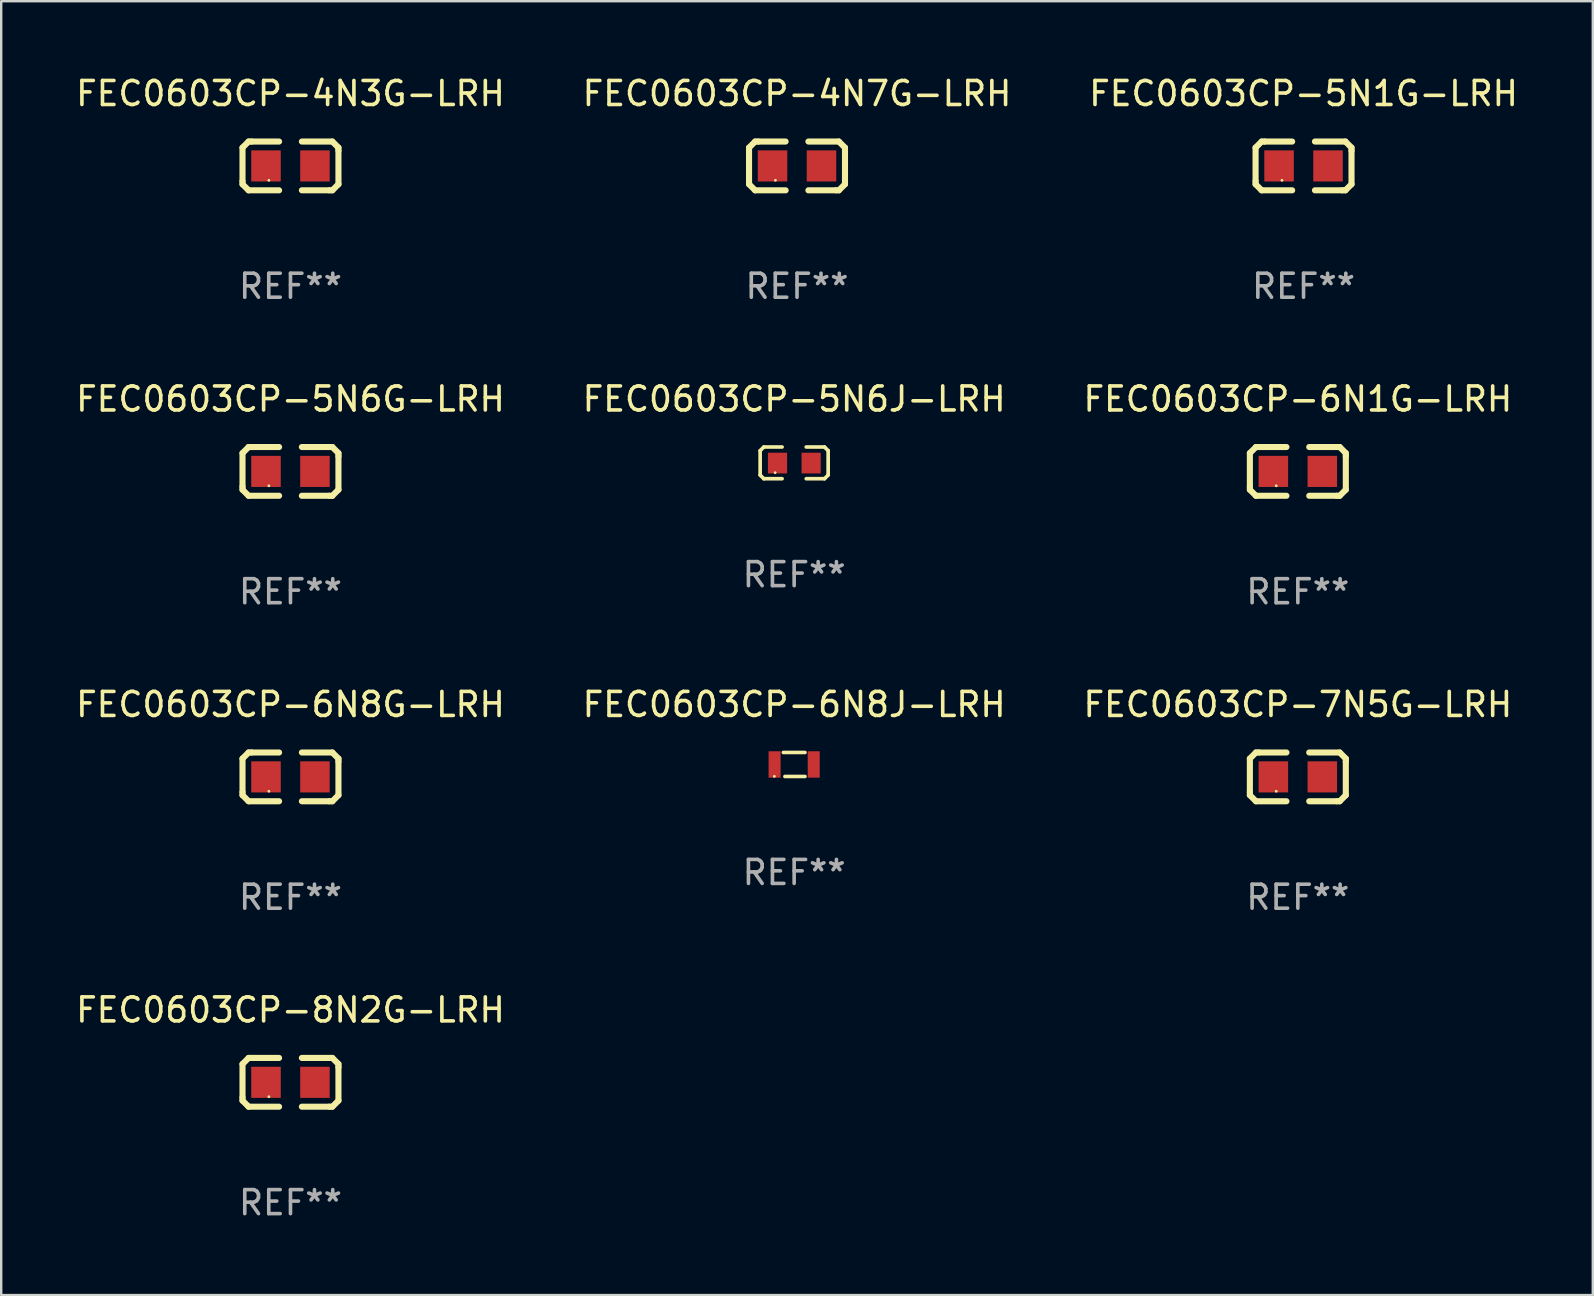
<source format=kicad_pcb>
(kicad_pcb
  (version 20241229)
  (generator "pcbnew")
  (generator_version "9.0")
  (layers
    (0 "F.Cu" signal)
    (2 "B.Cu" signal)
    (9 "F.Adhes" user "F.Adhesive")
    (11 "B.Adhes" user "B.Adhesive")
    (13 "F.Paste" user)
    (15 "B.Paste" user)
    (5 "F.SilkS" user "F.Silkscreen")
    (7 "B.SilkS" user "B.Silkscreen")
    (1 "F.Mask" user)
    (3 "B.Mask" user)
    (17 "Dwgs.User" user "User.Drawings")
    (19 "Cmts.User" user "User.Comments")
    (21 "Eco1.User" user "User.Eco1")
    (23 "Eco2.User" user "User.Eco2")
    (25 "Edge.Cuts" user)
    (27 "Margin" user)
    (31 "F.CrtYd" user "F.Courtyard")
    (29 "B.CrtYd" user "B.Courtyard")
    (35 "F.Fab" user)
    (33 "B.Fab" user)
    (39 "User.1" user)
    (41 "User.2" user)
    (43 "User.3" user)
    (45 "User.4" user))
  (footprint "FEC0603CP-4N7G-LRH"
    (layer "F.Cu")
    (at 30.161 3.864)
    (property "Reference" "FEC0603CP-4N7G-LRH" (at 0 -3.016 0) (layer "F.SilkS") (effects (font (size 1 1) (thickness 0.15))))
    (attr through_hole)
    (fp_line (start -1.999 -0.762) (end -1.999 0.635) (stroke (width 0.254) (type solid)) (layer "F.SilkS"))
    (fp_line (start -1.999 0.635) (end -1.999 0.762) (stroke (width 0.254) (type solid)) (layer "F.SilkS"))
    (fp_line (start -1.999 0.762) (end -1.745 1.016) (stroke (width 0.254) (type solid)) (layer "F.SilkS"))
    (fp_line (start -1.745 -1.016) (end -1.999 -0.762) (stroke (width 0.254) (type solid)) (layer "F.SilkS"))
    (fp_line (start -1.745 1.016) (end -0.475 1.016) (stroke (width 0.254) (type solid)) (layer "F.SilkS"))
    (fp_line (start -1.618 -1.016) (end -1.745 -1.016) (stroke (width 0.254) (type solid)) (layer "F.SilkS"))
    (fp_line (start -0.475 -1.016) (end -1.618 -1.016) (stroke (width 0.254) (type solid)) (layer "F.SilkS"))
    (fp_line (start 0.475 1.016) (end 1.618 1.016) (stroke (width 0.254) (type solid)) (layer "F.SilkS"))
    (fp_line (start 1.618 1.016) (end 1.745 1.016) (stroke (width 0.254) (type solid)) (layer "F.SilkS"))
    (fp_line (start 1.745 -1.016) (end 0.475 -1.016) (stroke (width 0.254) (type solid)) (layer "F.SilkS"))
    (fp_line (start 1.745 1.016) (end 1.999 0.762) (stroke (width 0.254) (type solid)) (layer "F.SilkS"))
    (fp_line (start 1.999 -0.762) (end 1.745 -1.016) (stroke (width 0.254) (type solid)) (layer "F.SilkS"))
    (fp_line (start 1.999 -0.635) (end 1.999 -0.762) (stroke (width 0.254) (type solid)) (layer "F.SilkS"))
    (fp_line (start 1.999 0.762) (end 1.999 -0.635) (stroke (width 0.254) (type solid)) (layer "F.SilkS"))
    (fp_circle (center -0.9 0.6) (end -0.87 0.6) (stroke (width 0.06) (type solid)) (fill no) (layer "F.SilkS"))
    (fp_text user "REF**" (at 0 5.016 0) (layer "F.Fab") (effects (font (size 1 1) (thickness 0.15))))
    (pad "1" smd rect (at -1.02 0) (size 1.23 1.296) (layers "F.Cu" "F.Mask" "F.Paste"))
    (pad "2" smd rect (at 1.02 0) (size 1.23 1.296) (layers "F.Cu" "F.Mask" "F.Paste")))
  (footprint "FEC0603CP-5N1G-LRH"
    (layer "F.Cu")
    (at 51.268 3.864)
    (property "Reference" "FEC0603CP-5N1G-LRH" (at 0 -3.016 0) (layer "F.SilkS") (effects (font (size 1 1) (thickness 0.15))))
    (attr through_hole)
    (fp_line (start -1.999 -0.762) (end -1.999 0.635) (stroke (width 0.254) (type solid)) (layer "F.SilkS"))
    (fp_line (start -1.999 0.635) (end -1.999 0.762) (stroke (width 0.254) (type solid)) (layer "F.SilkS"))
    (fp_line (start -1.999 0.762) (end -1.745 1.016) (stroke (width 0.254) (type solid)) (layer "F.SilkS"))
    (fp_line (start -1.745 -1.016) (end -1.999 -0.762) (stroke (width 0.254) (type solid)) (layer "F.SilkS"))
    (fp_line (start -1.745 1.016) (end -0.475 1.016) (stroke (width 0.254) (type solid)) (layer "F.SilkS"))
    (fp_line (start -1.618 -1.016) (end -1.745 -1.016) (stroke (width 0.254) (type solid)) (layer "F.SilkS"))
    (fp_line (start -0.475 -1.016) (end -1.618 -1.016) (stroke (width 0.254) (type solid)) (layer "F.SilkS"))
    (fp_line (start 0.475 1.016) (end 1.618 1.016) (stroke (width 0.254) (type solid)) (layer "F.SilkS"))
    (fp_line (start 1.618 1.016) (end 1.745 1.016) (stroke (width 0.254) (type solid)) (layer "F.SilkS"))
    (fp_line (start 1.745 -1.016) (end 0.475 -1.016) (stroke (width 0.254) (type solid)) (layer "F.SilkS"))
    (fp_line (start 1.745 1.016) (end 1.999 0.762) (stroke (width 0.254) (type solid)) (layer "F.SilkS"))
    (fp_line (start 1.999 -0.762) (end 1.745 -1.016) (stroke (width 0.254) (type solid)) (layer "F.SilkS"))
    (fp_line (start 1.999 -0.635) (end 1.999 -0.762) (stroke (width 0.254) (type solid)) (layer "F.SilkS"))
    (fp_line (start 1.999 0.762) (end 1.999 -0.635) (stroke (width 0.254) (type solid)) (layer "F.SilkS"))
    (fp_circle (center -0.9 0.6) (end -0.87 0.6) (stroke (width 0.06) (type solid)) (fill no) (layer "F.SilkS"))
    (fp_text user "REF**" (at 0 5.016 0) (layer "F.Fab") (effects (font (size 1 1) (thickness 0.15))))
    (pad "1" smd rect (at -1.02 0) (size 1.23 1.296) (layers "F.Cu" "F.Mask" "F.Paste"))
    (pad "2" smd rect (at 1.02 0) (size 1.23 1.296) (layers "F.Cu" "F.Mask" "F.Paste")))
  (footprint "FEC0603CP-6N8J-LRH"
    (layer "F.Cu")
    (at 30.042 28.805)
    (property "Reference" "FEC0603CP-6N8J-LRH" (at 0 -2.5 0) (layer "F.SilkS") (effects (font (size 1 1) (thickness 0.15))))
    (attr through_hole)
    (fp_line (start -0.45 -0.5) (end 0.45 -0.5) (stroke (width 0.152) (type solid)) (layer "F.SilkS"))
    (fp_line (start -0.385 0.5) (end 0.45 0.5) (stroke (width 0.152) (type solid)) (layer "F.SilkS"))
    (fp_circle (center -0.825 0.495) (end -0.795 0.495) (stroke (width 0.06) (type solid)) (fill no) (layer "F.SilkS"))
    (fp_text user "REF**" (at 0 4.5 0) (layer "F.Fab") (effects (font (size 1 1) (thickness 0.15))))
    (pad "1" smd rect (at -0.815 0) (size 0.5 1.1) (layers "F.Cu" "F.Mask" "F.Paste"))
    (pad "2" smd rect (at 0.815 0) (size 0.5 1.1) (layers "F.Cu" "F.Mask" "F.Paste")))
  (footprint "FEC0603CP-7N5G-LRH"
    (layer "F.Cu")
    (at 51.03 29.322)
    (property "Reference" "FEC0603CP-7N5G-LRH" (at 0 -3.016 0) (layer "F.SilkS") (effects (font (size 1 1) (thickness 0.15))))
    (attr through_hole)
    (fp_line (start -1.999 -0.762) (end -1.999 0.635) (stroke (width 0.254) (type solid)) (layer "F.SilkS"))
    (fp_line (start -1.999 0.635) (end -1.999 0.762) (stroke (width 0.254) (type solid)) (layer "F.SilkS"))
    (fp_line (start -1.999 0.762) (end -1.745 1.016) (stroke (width 0.254) (type solid)) (layer "F.SilkS"))
    (fp_line (start -1.745 -1.016) (end -1.999 -0.762) (stroke (width 0.254) (type solid)) (layer "F.SilkS"))
    (fp_line (start -1.745 1.016) (end -0.475 1.016) (stroke (width 0.254) (type solid)) (layer "F.SilkS"))
    (fp_line (start -1.618 -1.016) (end -1.745 -1.016) (stroke (width 0.254) (type solid)) (layer "F.SilkS"))
    (fp_line (start -0.475 -1.016) (end -1.618 -1.016) (stroke (width 0.254) (type solid)) (layer "F.SilkS"))
    (fp_line (start 0.475 1.016) (end 1.618 1.016) (stroke (width 0.254) (type solid)) (layer "F.SilkS"))
    (fp_line (start 1.618 1.016) (end 1.745 1.016) (stroke (width 0.254) (type solid)) (layer "F.SilkS"))
    (fp_line (start 1.745 -1.016) (end 0.475 -1.016) (stroke (width 0.254) (type solid)) (layer "F.SilkS"))
    (fp_line (start 1.745 1.016) (end 1.999 0.762) (stroke (width 0.254) (type solid)) (layer "F.SilkS"))
    (fp_line (start 1.999 -0.762) (end 1.745 -1.016) (stroke (width 0.254) (type solid)) (layer "F.SilkS"))
    (fp_line (start 1.999 -0.635) (end 1.999 -0.762) (stroke (width 0.254) (type solid)) (layer "F.SilkS"))
    (fp_line (start 1.999 0.762) (end 1.999 -0.635) (stroke (width 0.254) (type solid)) (layer "F.SilkS"))
    (fp_circle (center -0.9 0.6) (end -0.87 0.6) (stroke (width 0.06) (type solid)) (fill no) (layer "F.SilkS"))
    (fp_text user "REF**" (at 0 5.016 0) (layer "F.Fab") (effects (font (size 1 1) (thickness 0.15))))
    (pad "1" smd rect (at -1.02 0) (size 1.23 1.296) (layers "F.Cu" "F.Mask" "F.Paste"))
    (pad "2" smd rect (at 1.02 0) (size 1.23 1.296) (layers "F.Cu" "F.Mask" "F.Paste")))
  (footprint "FEC0603CP-5N6G-LRH"
    (layer "F.Cu")
    (at 9.054 16.593)
    (property "Reference" "FEC0603CP-5N6G-LRH" (at 0 -3.016 0) (layer "F.SilkS") (effects (font (size 1 1) (thickness 0.15))))
    (attr through_hole)
    (fp_line (start -1.999 -0.762) (end -1.999 0.635) (stroke (width 0.254) (type solid)) (layer "F.SilkS"))
    (fp_line (start -1.999 0.635) (end -1.999 0.762) (stroke (width 0.254) (type solid)) (layer "F.SilkS"))
    (fp_line (start -1.999 0.762) (end -1.745 1.016) (stroke (width 0.254) (type solid)) (layer "F.SilkS"))
    (fp_line (start -1.745 -1.016) (end -1.999 -0.762) (stroke (width 0.254) (type solid)) (layer "F.SilkS"))
    (fp_line (start -1.745 1.016) (end -0.475 1.016) (stroke (width 0.254) (type solid)) (layer "F.SilkS"))
    (fp_line (start -1.618 -1.016) (end -1.745 -1.016) (stroke (width 0.254) (type solid)) (layer "F.SilkS"))
    (fp_line (start -0.475 -1.016) (end -1.618 -1.016) (stroke (width 0.254) (type solid)) (layer "F.SilkS"))
    (fp_line (start 0.475 1.016) (end 1.618 1.016) (stroke (width 0.254) (type solid)) (layer "F.SilkS"))
    (fp_line (start 1.618 1.016) (end 1.745 1.016) (stroke (width 0.254) (type solid)) (layer "F.SilkS"))
    (fp_line (start 1.745 -1.016) (end 0.475 -1.016) (stroke (width 0.254) (type solid)) (layer "F.SilkS"))
    (fp_line (start 1.745 1.016) (end 1.999 0.762) (stroke (width 0.254) (type solid)) (layer "F.SilkS"))
    (fp_line (start 1.999 -0.762) (end 1.745 -1.016) (stroke (width 0.254) (type solid)) (layer "F.SilkS"))
    (fp_line (start 1.999 -0.635) (end 1.999 -0.762) (stroke (width 0.254) (type solid)) (layer "F.SilkS"))
    (fp_line (start 1.999 0.762) (end 1.999 -0.635) (stroke (width 0.254) (type solid)) (layer "F.SilkS"))
    (fp_circle (center -0.9 0.6) (end -0.87 0.6) (stroke (width 0.06) (type solid)) (fill no) (layer "F.SilkS"))
    (fp_text user "REF**" (at 0 5.016 0) (layer "F.Fab") (effects (font (size 1 1) (thickness 0.15))))
    (pad "1" smd rect (at -1.02 0) (size 1.23 1.296) (layers "F.Cu" "F.Mask" "F.Paste"))
    (pad "2" smd rect (at 1.02 0) (size 1.23 1.296) (layers "F.Cu" "F.Mask" "F.Paste")))
  (footprint "FEC0603CP-6N1G-LRH"
    (layer "F.Cu")
    (at 51.03 16.593)
    (property "Reference" "FEC0603CP-6N1G-LRH" (at 0 -3.016 0) (layer "F.SilkS") (effects (font (size 1 1) (thickness 0.15))))
    (attr through_hole)
    (fp_line (start -1.999 -0.762) (end -1.999 0.635) (stroke (width 0.254) (type solid)) (layer "F.SilkS"))
    (fp_line (start -1.999 0.635) (end -1.999 0.762) (stroke (width 0.254) (type solid)) (layer "F.SilkS"))
    (fp_line (start -1.999 0.762) (end -1.745 1.016) (stroke (width 0.254) (type solid)) (layer "F.SilkS"))
    (fp_line (start -1.745 -1.016) (end -1.999 -0.762) (stroke (width 0.254) (type solid)) (layer "F.SilkS"))
    (fp_line (start -1.745 1.016) (end -0.475 1.016) (stroke (width 0.254) (type solid)) (layer "F.SilkS"))
    (fp_line (start -1.618 -1.016) (end -1.745 -1.016) (stroke (width 0.254) (type solid)) (layer "F.SilkS"))
    (fp_line (start -0.475 -1.016) (end -1.618 -1.016) (stroke (width 0.254) (type solid)) (layer "F.SilkS"))
    (fp_line (start 0.475 1.016) (end 1.618 1.016) (stroke (width 0.254) (type solid)) (layer "F.SilkS"))
    (fp_line (start 1.618 1.016) (end 1.745 1.016) (stroke (width 0.254) (type solid)) (layer "F.SilkS"))
    (fp_line (start 1.745 -1.016) (end 0.475 -1.016) (stroke (width 0.254) (type solid)) (layer "F.SilkS"))
    (fp_line (start 1.745 1.016) (end 1.999 0.762) (stroke (width 0.254) (type solid)) (layer "F.SilkS"))
    (fp_line (start 1.999 -0.762) (end 1.745 -1.016) (stroke (width 0.254) (type solid)) (layer "F.SilkS"))
    (fp_line (start 1.999 -0.635) (end 1.999 -0.762) (stroke (width 0.254) (type solid)) (layer "F.SilkS"))
    (fp_line (start 1.999 0.762) (end 1.999 -0.635) (stroke (width 0.254) (type solid)) (layer "F.SilkS"))
    (fp_circle (center -0.9 0.6) (end -0.87 0.6) (stroke (width 0.06) (type solid)) (fill no) (layer "F.SilkS"))
    (fp_text user "REF**" (at 0 5.016 0) (layer "F.Fab") (effects (font (size 1 1) (thickness 0.15))))
    (pad "1" smd rect (at -1.02 0) (size 1.23 1.296) (layers "F.Cu" "F.Mask" "F.Paste"))
    (pad "2" smd rect (at 1.02 0) (size 1.23 1.296) (layers "F.Cu" "F.Mask" "F.Paste")))
  (footprint "FEC0603CP-8N2G-LRH"
    (layer "F.Cu")
    (at 9.054 42.05)
    (property "Reference" "FEC0603CP-8N2G-LRH" (at 0 -3.016 0) (layer "F.SilkS") (effects (font (size 1 1) (thickness 0.15))))
    (attr through_hole)
    (fp_line (start -1.999 -0.762) (end -1.999 0.635) (stroke (width 0.254) (type solid)) (layer "F.SilkS"))
    (fp_line (start -1.999 0.635) (end -1.999 0.762) (stroke (width 0.254) (type solid)) (layer "F.SilkS"))
    (fp_line (start -1.999 0.762) (end -1.745 1.016) (stroke (width 0.254) (type solid)) (layer "F.SilkS"))
    (fp_line (start -1.745 -1.016) (end -1.999 -0.762) (stroke (width 0.254) (type solid)) (layer "F.SilkS"))
    (fp_line (start -1.745 1.016) (end -0.475 1.016) (stroke (width 0.254) (type solid)) (layer "F.SilkS"))
    (fp_line (start -1.618 -1.016) (end -1.745 -1.016) (stroke (width 0.254) (type solid)) (layer "F.SilkS"))
    (fp_line (start -0.475 -1.016) (end -1.618 -1.016) (stroke (width 0.254) (type solid)) (layer "F.SilkS"))
    (fp_line (start 0.475 1.016) (end 1.618 1.016) (stroke (width 0.254) (type solid)) (layer "F.SilkS"))
    (fp_line (start 1.618 1.016) (end 1.745 1.016) (stroke (width 0.254) (type solid)) (layer "F.SilkS"))
    (fp_line (start 1.745 -1.016) (end 0.475 -1.016) (stroke (width 0.254) (type solid)) (layer "F.SilkS"))
    (fp_line (start 1.745 1.016) (end 1.999 0.762) (stroke (width 0.254) (type solid)) (layer "F.SilkS"))
    (fp_line (start 1.999 -0.762) (end 1.745 -1.016) (stroke (width 0.254) (type solid)) (layer "F.SilkS"))
    (fp_line (start 1.999 -0.635) (end 1.999 -0.762) (stroke (width 0.254) (type solid)) (layer "F.SilkS"))
    (fp_line (start 1.999 0.762) (end 1.999 -0.635) (stroke (width 0.254) (type solid)) (layer "F.SilkS"))
    (fp_circle (center -0.9 0.6) (end -0.87 0.6) (stroke (width 0.06) (type solid)) (fill no) (layer "F.SilkS"))
    (fp_text user "REF**" (at 0 5.016 0) (layer "F.Fab") (effects (font (size 1 1) (thickness 0.15))))
    (pad "1" smd rect (at -1.02 0) (size 1.23 1.296) (layers "F.Cu" "F.Mask" "F.Paste"))
    (pad "2" smd rect (at 1.02 0) (size 1.23 1.296) (layers "F.Cu" "F.Mask" "F.Paste")))
  (footprint "FEC0603CP-5N6J-LRH"
    (layer "F.Cu")
    (at 30.042 16.237)
    (property "Reference" "FEC0603CP-5N6J-LRH" (at 0 -2.661 0) (layer "F.SilkS") (effects (font (size 1 1) (thickness 0.15))))
    (attr through_hole)
    (fp_line (start -1.417 -0.508) (end -1.265 -0.661) (stroke (width 0.152) (type solid)) (layer "F.SilkS"))
    (fp_line (start -1.417 0.508) (end -1.417 -0.508) (stroke (width 0.152) (type solid)) (layer "F.SilkS"))
    (fp_line (start -1.265 -0.661) (end -0.503 -0.661) (stroke (width 0.152) (type solid)) (layer "F.SilkS"))
    (fp_line (start -1.265 0.661) (end -1.417 0.508) (stroke (width 0.152) (type solid)) (layer "F.SilkS"))
    (fp_line (start -1.265 0.661) (end -0.503 0.661) (stroke (width 0.152) (type solid)) (layer "F.SilkS"))
    (fp_line (start 1.265 -0.661) (end 0.503 -0.661) (stroke (width 0.152) (type solid)) (layer "F.SilkS"))
    (fp_line (start 1.265 -0.661) (end 1.417 -0.508) (stroke (width 0.152) (type solid)) (layer "F.SilkS"))
    (fp_line (start 1.265 0.661) (end 0.503 0.661) (stroke (width 0.152) (type solid)) (layer "F.SilkS"))
    (fp_line (start 1.417 -0.508) (end 1.417 0.508) (stroke (width 0.152) (type solid)) (layer "F.SilkS"))
    (fp_line (start 1.417 0.508) (end 1.265 0.661) (stroke (width 0.152) (type solid)) (layer "F.SilkS"))
    (fp_circle (center -0.793 0.409) (end -0.763 0.409) (stroke (width 0.06) (type solid)) (fill no) (layer "F.SilkS"))
    (fp_text user "REF**" (at 0 4.661 0) (layer "F.Fab") (effects (font (size 1 1) (thickness 0.15))))
    (pad "1" smd rect (at -0.693 0.009 180) (size 0.8 0.864) (layers "F.Cu" "F.Mask" "F.Paste"))
    (pad "2" smd rect (at 0.707 0.009 180) (size 0.8 0.864) (layers "F.Cu" "F.Mask" "F.Paste")))
  (footprint "FEC0603CP-4N3G-LRH"
    (layer "F.Cu")
    (at 9.054 3.864)
    (property "Reference" "FEC0603CP-4N3G-LRH" (at 0 -3.016 0) (layer "F.SilkS") (effects (font (size 1 1) (thickness 0.15))))
    (attr through_hole)
    (fp_line (start -1.999 -0.762) (end -1.999 0.635) (stroke (width 0.254) (type solid)) (layer "F.SilkS"))
    (fp_line (start -1.999 0.635) (end -1.999 0.762) (stroke (width 0.254) (type solid)) (layer "F.SilkS"))
    (fp_line (start -1.999 0.762) (end -1.745 1.016) (stroke (width 0.254) (type solid)) (layer "F.SilkS"))
    (fp_line (start -1.745 -1.016) (end -1.999 -0.762) (stroke (width 0.254) (type solid)) (layer "F.SilkS"))
    (fp_line (start -1.745 1.016) (end -0.475 1.016) (stroke (width 0.254) (type solid)) (layer "F.SilkS"))
    (fp_line (start -1.618 -1.016) (end -1.745 -1.016) (stroke (width 0.254) (type solid)) (layer "F.SilkS"))
    (fp_line (start -0.475 -1.016) (end -1.618 -1.016) (stroke (width 0.254) (type solid)) (layer "F.SilkS"))
    (fp_line (start 0.475 1.016) (end 1.618 1.016) (stroke (width 0.254) (type solid)) (layer "F.SilkS"))
    (fp_line (start 1.618 1.016) (end 1.745 1.016) (stroke (width 0.254) (type solid)) (layer "F.SilkS"))
    (fp_line (start 1.745 -1.016) (end 0.475 -1.016) (stroke (width 0.254) (type solid)) (layer "F.SilkS"))
    (fp_line (start 1.745 1.016) (end 1.999 0.762) (stroke (width 0.254) (type solid)) (layer "F.SilkS"))
    (fp_line (start 1.999 -0.762) (end 1.745 -1.016) (stroke (width 0.254) (type solid)) (layer "F.SilkS"))
    (fp_line (start 1.999 -0.635) (end 1.999 -0.762) (stroke (width 0.254) (type solid)) (layer "F.SilkS"))
    (fp_line (start 1.999 0.762) (end 1.999 -0.635) (stroke (width 0.254) (type solid)) (layer "F.SilkS"))
    (fp_circle (center -0.9 0.6) (end -0.87 0.6) (stroke (width 0.06) (type solid)) (fill no) (layer "F.SilkS"))
    (fp_text user "REF**" (at 0 5.016 0) (layer "F.Fab") (effects (font (size 1 1) (thickness 0.15))))
    (pad "1" smd rect (at -1.02 0) (size 1.23 1.296) (layers "F.Cu" "F.Mask" "F.Paste"))
    (pad "2" smd rect (at 1.02 0) (size 1.23 1.296) (layers "F.Cu" "F.Mask" "F.Paste")))
  (footprint "FEC0603CP-6N8G-LRH"
    (layer "F.Cu")
    (at 9.054 29.322)
    (property "Reference" "FEC0603CP-6N8G-LRH" (at 0 -3.016 0) (layer "F.SilkS") (effects (font (size 1 1) (thickness 0.15))))
    (attr through_hole)
    (fp_line (start -1.999 -0.762) (end -1.999 0.635) (stroke (width 0.254) (type solid)) (layer "F.SilkS"))
    (fp_line (start -1.999 0.635) (end -1.999 0.762) (stroke (width 0.254) (type solid)) (layer "F.SilkS"))
    (fp_line (start -1.999 0.762) (end -1.745 1.016) (stroke (width 0.254) (type solid)) (layer "F.SilkS"))
    (fp_line (start -1.745 -1.016) (end -1.999 -0.762) (stroke (width 0.254) (type solid)) (layer "F.SilkS"))
    (fp_line (start -1.745 1.016) (end -0.475 1.016) (stroke (width 0.254) (type solid)) (layer "F.SilkS"))
    (fp_line (start -1.618 -1.016) (end -1.745 -1.016) (stroke (width 0.254) (type solid)) (layer "F.SilkS"))
    (fp_line (start -0.475 -1.016) (end -1.618 -1.016) (stroke (width 0.254) (type solid)) (layer "F.SilkS"))
    (fp_line (start 0.475 1.016) (end 1.618 1.016) (stroke (width 0.254) (type solid)) (layer "F.SilkS"))
    (fp_line (start 1.618 1.016) (end 1.745 1.016) (stroke (width 0.254) (type solid)) (layer "F.SilkS"))
    (fp_line (start 1.745 -1.016) (end 0.475 -1.016) (stroke (width 0.254) (type solid)) (layer "F.SilkS"))
    (fp_line (start 1.745 1.016) (end 1.999 0.762) (stroke (width 0.254) (type solid)) (layer "F.SilkS"))
    (fp_line (start 1.999 -0.762) (end 1.745 -1.016) (stroke (width 0.254) (type solid)) (layer "F.SilkS"))
    (fp_line (start 1.999 -0.635) (end 1.999 -0.762) (stroke (width 0.254) (type solid)) (layer "F.SilkS"))
    (fp_line (start 1.999 0.762) (end 1.999 -0.635) (stroke (width 0.254) (type solid)) (layer "F.SilkS"))
    (fp_circle (center -0.9 0.6) (end -0.87 0.6) (stroke (width 0.06) (type solid)) (fill no) (layer "F.SilkS"))
    (fp_text user "REF**" (at 0 5.016 0) (layer "F.Fab") (effects (font (size 1 1) (thickness 0.15))))
    (pad "1" smd rect (at -1.02 0) (size 1.23 1.296) (layers "F.Cu" "F.Mask" "F.Paste"))
    (pad "2" smd rect (at 1.02 0) (size 1.23 1.296) (layers "F.Cu" "F.Mask" "F.Paste")))
  (gr_rect
    (start -3 -3)
    (end 63.321 50.914)
    (stroke (width 0.1) (type default))
    (fill no)
    (layer "Edge.Cuts")))
</source>
